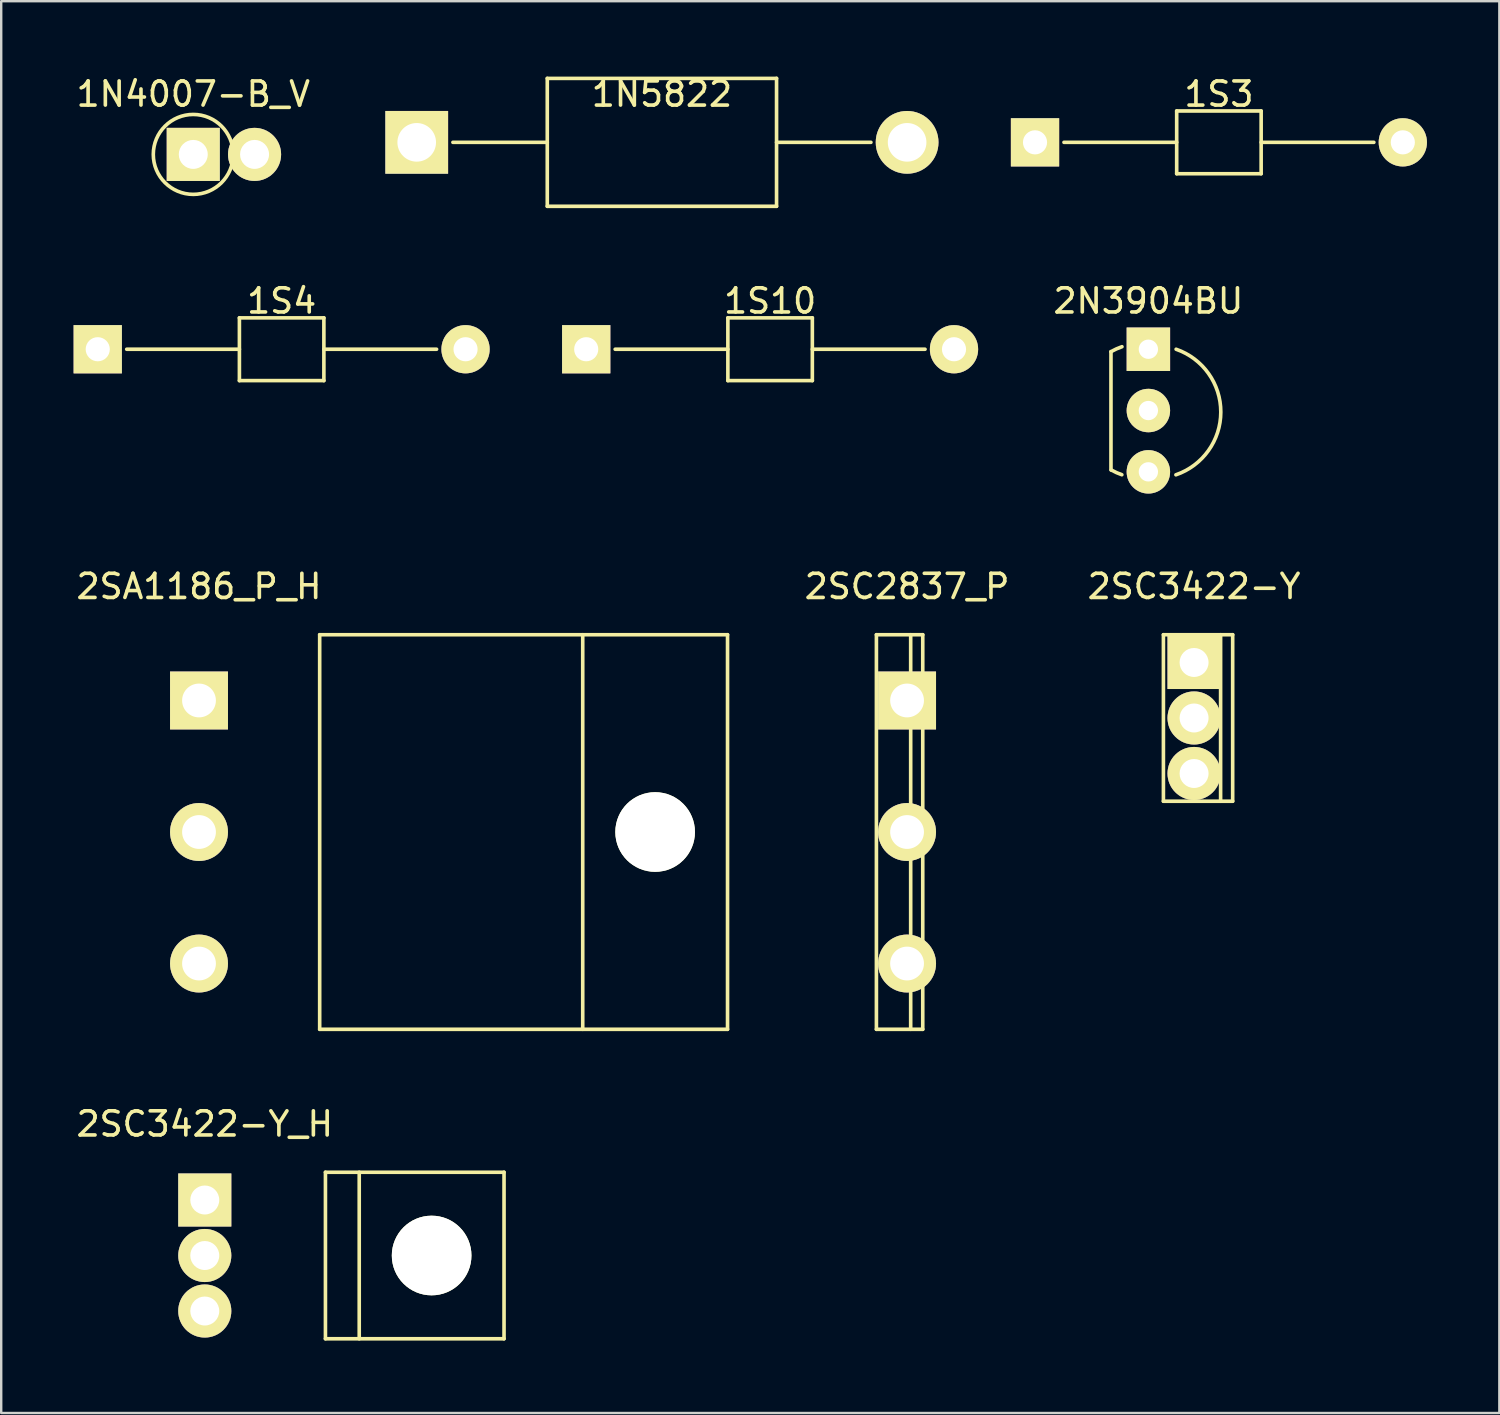
<source format=kicad_pcb>
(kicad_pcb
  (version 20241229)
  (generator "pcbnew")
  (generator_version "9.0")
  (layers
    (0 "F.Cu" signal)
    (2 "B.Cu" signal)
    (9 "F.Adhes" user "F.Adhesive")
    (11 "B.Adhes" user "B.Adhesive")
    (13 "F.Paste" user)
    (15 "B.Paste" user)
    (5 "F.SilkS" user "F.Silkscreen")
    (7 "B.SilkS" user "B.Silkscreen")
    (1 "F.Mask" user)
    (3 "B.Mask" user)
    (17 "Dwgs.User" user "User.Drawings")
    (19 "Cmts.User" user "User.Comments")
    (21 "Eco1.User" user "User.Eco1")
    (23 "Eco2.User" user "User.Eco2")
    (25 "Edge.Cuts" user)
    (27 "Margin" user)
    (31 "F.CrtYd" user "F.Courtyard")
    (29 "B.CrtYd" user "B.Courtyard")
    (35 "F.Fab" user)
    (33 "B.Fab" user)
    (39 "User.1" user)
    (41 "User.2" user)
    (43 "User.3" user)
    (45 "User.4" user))
  (footprint "1N4007-B_V"
    (layer "F.Cu")
    (at 4.958 3.348)
    (property "Reference" "1N4007-B_V" (at 0 -2.5 0) (layer "F.SilkS") (effects (font (size 1 1) (thickness 0.15))))
    (attr through_hole)
    (fp_circle (center 0 0) (end 0 -1.656) (stroke (width 0.15) (type solid)) (fill no) (layer "F.SilkS"))
    (pad "1" thru_hole rect (at 0 0) (size 2.2 2.2) (drill 1.2) (layers "*.Cu" "*.Mask" "F.SilkS"))
    (pad "2" thru_hole circle (at 2.54 0) (size 2.2 2.2) (drill 1.2) (layers "*.Cu" "*.Mask" "F.SilkS")))
  (footprint "2N3904BU"
    (layer "F.Cu")
    (at 44.534 11.421)
    (property "Reference" "2N3904BU" (at 0 -2 0) (layer "F.SilkS") (effects (font (size 1 1) (thickness 0.15))))
    (attr through_hole)
    (fp_line (start -1.55 5) (end -1.55 0.1) (stroke (width 0.15) (type solid)) (layer "F.SilkS"))
    (fp_arc (start -1.55 0.1) (mid -1.326783 -0.012505) (end -1.09461 -0.105127) (stroke (width 0.15) (type solid)) (layer "F.SilkS"))
    (fp_arc (start -1.1 5.2) (mid -1.32318 5.111666) (end -1.537812 5.004217) (stroke (width 0.15) (type solid)) (layer "F.SilkS"))
    (fp_arc (start 1.15 0) (mid 3.00136 2.60449) (end 1.14151 5.202923) (stroke (width 0.15) (type solid)) (layer "F.SilkS"))
    (pad "1" thru_hole rect (at 0 0) (size 1.8 1.8) (drill 0.8) (layers "*.Cu" "*.Mask" "F.SilkS"))
    (pad "2" thru_hole circle (at 0 2.54) (size 1.8 1.8) (drill 0.8) (layers "*.Cu" "*.Mask" "F.SilkS"))
    (pad "3" thru_hole circle (at 0 5.08) (size 1.8 1.8) (drill 0.8) (layers "*.Cu" "*.Mask" "F.SilkS")))
  (footprint "2SC2837_P"
    (layer "F.Cu")
    (at 34.535 25.975)
    (property "Reference" "2SC2837_P" (at 0 -4.725 0) (layer "F.SilkS") (effects (font (size 1 1) (thickness 0.15))))
    (attr through_hole)
    (fp_line (start -1.27 -2.725) (end -1.27 13.625) (stroke (width 0.15) (type solid)) (layer "F.SilkS"))
    (fp_line (start -1.27 -2.725) (end 0.65 -2.725) (stroke (width 0.15) (type solid)) (layer "F.SilkS"))
    (fp_line (start -1.27 13.625) (end 0.65 13.625) (stroke (width 0.15) (type solid)) (layer "F.SilkS"))
    (fp_line (start 0.15 -2.725) (end 0.15 13.625) (stroke (width 0.15) (type solid)) (layer "F.SilkS"))
    (fp_line (start 0.65 -2.725) (end 0.65 13.625) (stroke (width 0.15) (type solid)) (layer "F.SilkS"))
    (pad "1" thru_hole rect (at 0 0) (size 2.4 2.4) (drill 1.4) (layers "*.Cu" "*.Mask" "F.SilkS"))
    (pad "2" thru_hole circle (at 0 5.45) (size 2.4 2.4) (drill 1.4) (layers "*.Cu" "*.Mask" "F.SilkS"))
    (pad "3" thru_hole circle (at 0 10.9) (size 2.4 2.4) (drill 1.4) (layers "*.Cu" "*.Mask" "F.SilkS")))
  (footprint "1S4"
    (layer "F.Cu")
    (at 1 11.421)
    (property "Reference" "1S4" (at 7.62 -2 0) (layer "F.SilkS") (effects (font (size 1 1) (thickness 0.15))))
    (attr through_hole)
    (fp_line (start 1.2 0) (end 5.87 0) (stroke (width 0.15) (type solid)) (layer "F.SilkS"))
    (fp_line (start 5.87 -1.3) (end 5.87 1.3) (stroke (width 0.15) (type solid)) (layer "F.SilkS"))
    (fp_line (start 5.87 -1.3) (end 9.37 -1.3) (stroke (width 0.15) (type solid)) (layer "F.SilkS"))
    (fp_line (start 5.87 1.3) (end 9.37 1.3) (stroke (width 0.15) (type solid)) (layer "F.SilkS"))
    (fp_line (start 9.37 0) (end 14.04 0) (stroke (width 0.15) (type solid)) (layer "F.SilkS"))
    (fp_line (start 9.37 1.3) (end 9.37 -1.3) (stroke (width 0.15) (type solid)) (layer "F.SilkS"))
    (pad "1" thru_hole rect (at 0 0) (size 2 2) (drill 1) (layers "*.Cu" "*.Mask" "F.SilkS"))
    (pad "2" thru_hole circle (at 15.24 0) (size 2 2) (drill 1) (layers "*.Cu" "*.Mask" "F.SilkS")))
  (footprint "2SC3422-Y"
    (layer "F.Cu")
    (at 46.427 24.4)
    (property "Reference" "2SC3422-Y" (at 0 -3.15 0) (layer "F.SilkS") (effects (font (size 1 1) (thickness 0.15))))
    (attr through_hole)
    (fp_line (start -1.27 -1.15) (end -1.27 5.75) (stroke (width 0.15) (type solid)) (layer "F.SilkS"))
    (fp_line (start -1.27 -1.15) (end 1.6 -1.15) (stroke (width 0.15) (type solid)) (layer "F.SilkS"))
    (fp_line (start -1.27 5.75) (end 1.6 5.75) (stroke (width 0.15) (type solid)) (layer "F.SilkS"))
    (fp_line (start 1.1 -1.15) (end 1.1 5.75) (stroke (width 0.15) (type solid)) (layer "F.SilkS"))
    (fp_line (start 1.6 -1.15) (end 1.6 5.75) (stroke (width 0.15) (type solid)) (layer "F.SilkS"))
    (pad "1" thru_hole rect (at 0 0) (size 2.2 2.2) (drill 1.2) (layers "*.Cu" "*.Mask" "F.SilkS"))
    (pad "2" thru_hole circle (at 0 2.3) (size 2.2 2.2) (drill 1.2) (layers "*.Cu" "*.Mask" "F.SilkS"))
    (pad "3" thru_hole circle (at 0 4.6) (size 2.2 2.2) (drill 1.2) (layers "*.Cu" "*.Mask" "F.SilkS")))
  (footprint "1S3"
    (layer "F.Cu")
    (at 39.837 2.848)
    (property "Reference" "1S3" (at 7.62 -2 0) (layer "F.SilkS") (effects (font (size 1 1) (thickness 0.15))))
    (attr through_hole)
    (fp_line (start 1.2 0) (end 5.87 0) (stroke (width 0.15) (type solid)) (layer "F.SilkS"))
    (fp_line (start 5.87 -1.3) (end 5.87 1.3) (stroke (width 0.15) (type solid)) (layer "F.SilkS"))
    (fp_line (start 5.87 -1.3) (end 9.37 -1.3) (stroke (width 0.15) (type solid)) (layer "F.SilkS"))
    (fp_line (start 5.87 1.3) (end 9.37 1.3) (stroke (width 0.15) (type solid)) (layer "F.SilkS"))
    (fp_line (start 9.37 0) (end 14.04 0) (stroke (width 0.15) (type solid)) (layer "F.SilkS"))
    (fp_line (start 9.37 1.3) (end 9.37 -1.3) (stroke (width 0.15) (type solid)) (layer "F.SilkS"))
    (pad "1" thru_hole rect (at 0 0) (size 2 2) (drill 1) (layers "*.Cu" "*.Mask" "F.SilkS"))
    (pad "2" thru_hole circle (at 15.24 0) (size 2 2) (drill 1) (layers "*.Cu" "*.Mask" "F.SilkS")))
  (footprint "2SC3422-Y_H"
    (layer "F.Cu")
    (at 5.435 46.673)
    (property "Reference" "2SC3422-Y_H" (at 0 -3.15 0) (layer "F.SilkS") (effects (font (size 1 1) (thickness 0.15))))
    (attr through_hole)
    (fp_line (start 5 -1.15) (end 5 5.75) (stroke (width 0.15) (type solid)) (layer "F.SilkS"))
    (fp_line (start 5 -1.15) (end 12.4 -1.15) (stroke (width 0.15) (type solid)) (layer "F.SilkS"))
    (fp_line (start 5 5.75) (end 12.4 5.75) (stroke (width 0.15) (type solid)) (layer "F.SilkS"))
    (fp_line (start 6.4 -1.15) (end 6.4 5.75) (stroke (width 0.15) (type solid)) (layer "F.SilkS"))
    (fp_line (start 12.4 -1.15) (end 12.4 5.75) (stroke (width 0.15) (type solid)) (layer "F.SilkS"))
    (pad "" np_thru_hole circle (at 9.4 2.3) (size 3.3 3.3) (drill 3.3) (layers "*.Cu" "*.Mask" "F.SilkS"))
    (pad "1" thru_hole rect (at 0 0) (size 2.2 2.2) (drill 1.2) (layers "*.Cu" "*.Mask" "F.SilkS"))
    (pad "2" thru_hole circle (at 0 2.3) (size 2.2 2.2) (drill 1.2) (layers "*.Cu" "*.Mask" "F.SilkS"))
    (pad "3" thru_hole circle (at 0 4.6) (size 2.2 2.2) (drill 1.2) (layers "*.Cu" "*.Mask" "F.SilkS")))
  (footprint "1N5822"
    (layer "F.Cu")
    (at 14.217 2.848)
    (property "Reference" "1N5822" (at 10.16 -2 0) (layer "F.SilkS") (effects (font (size 1 1) (thickness 0.15))))
    (attr through_hole)
    (fp_line (start 1.5 0) (end 5.41 0) (stroke (width 0.15) (type solid)) (layer "F.SilkS"))
    (fp_line (start 5.41 -2.65) (end 5.41 2.65) (stroke (width 0.15) (type solid)) (layer "F.SilkS"))
    (fp_line (start 5.41 -2.65) (end 14.91 -2.65) (stroke (width 0.15) (type solid)) (layer "F.SilkS"))
    (fp_line (start 5.41 2.65) (end 14.91 2.65) (stroke (width 0.15) (type solid)) (layer "F.SilkS"))
    (fp_line (start 14.91 0) (end 18.82 0) (stroke (width 0.15) (type solid)) (layer "F.SilkS"))
    (fp_line (start 14.91 2.65) (end 14.91 -2.65) (stroke (width 0.15) (type solid)) (layer "F.SilkS"))
    (pad "1" thru_hole rect (at 0 0) (size 2.6 2.6) (drill 1.6) (layers "*.Cu" "*.Mask" "F.SilkS"))
    (pad "2" thru_hole circle (at 20.32 0) (size 2.6 2.6) (drill 1.6) (layers "*.Cu" "*.Mask" "F.SilkS")))
  (footprint "2SA1186_P_H"
    (layer "F.Cu")
    (at 5.196 25.975)
    (property "Reference" "2SA1186_P_H" (at 0 -4.725 0) (layer "F.SilkS") (effects (font (size 1 1) (thickness 0.15))))
    (attr through_hole)
    (fp_line (start 5 -2.725) (end 5 13.625) (stroke (width 0.15) (type solid)) (layer "F.SilkS"))
    (fp_line (start 5 -2.725) (end 21.9 -2.725) (stroke (width 0.15) (type solid)) (layer "F.SilkS"))
    (fp_line (start 5 13.625) (end 21.9 13.625) (stroke (width 0.15) (type solid)) (layer "F.SilkS"))
    (fp_line (start 15.9 -2.725) (end 15.9 13.625) (stroke (width 0.15) (type solid)) (layer "F.SilkS"))
    (fp_line (start 21.9 -2.725) (end 21.9 13.625) (stroke (width 0.15) (type solid)) (layer "F.SilkS"))
    (pad "" np_thru_hole circle (at 18.9 5.45) (size 3.3 3.3) (drill 3.3) (layers "*.Cu" "*.Mask" "F.SilkS"))
    (pad "1" thru_hole rect (at 0 0) (size 2.4 2.4) (drill 1.4) (layers "*.Cu" "*.Mask" "F.SilkS"))
    (pad "2" thru_hole circle (at 0 5.45) (size 2.4 2.4) (drill 1.4) (layers "*.Cu" "*.Mask" "F.SilkS"))
    (pad "3" thru_hole circle (at 0 10.9) (size 2.4 2.4) (drill 1.4) (layers "*.Cu" "*.Mask" "F.SilkS")))
  (footprint "1S10"
    (layer "F.Cu")
    (at 21.24 11.421)
    (property "Reference" "1S10" (at 7.62 -2 0) (layer "F.SilkS") (effects (font (size 1 1) (thickness 0.15))))
    (attr through_hole)
    (fp_line (start 1.2 0) (end 5.87 0) (stroke (width 0.15) (type solid)) (layer "F.SilkS"))
    (fp_line (start 5.87 -1.3) (end 5.87 1.3) (stroke (width 0.15) (type solid)) (layer "F.SilkS"))
    (fp_line (start 5.87 -1.3) (end 9.37 -1.3) (stroke (width 0.15) (type solid)) (layer "F.SilkS"))
    (fp_line (start 5.87 1.3) (end 9.37 1.3) (stroke (width 0.15) (type solid)) (layer "F.SilkS"))
    (fp_line (start 9.37 0) (end 14.04 0) (stroke (width 0.15) (type solid)) (layer "F.SilkS"))
    (fp_line (start 9.37 1.3) (end 9.37 -1.3) (stroke (width 0.15) (type solid)) (layer "F.SilkS"))
    (pad "1" thru_hole rect (at 0 0) (size 2 2) (drill 1) (layers "*.Cu" "*.Mask" "F.SilkS"))
    (pad "2" thru_hole circle (at 15.24 0) (size 2 2) (drill 1) (layers "*.Cu" "*.Mask" "F.SilkS")))
  (gr_rect
    (start -3 -3)
    (end 59.077 55.498)
    (stroke (width 0.1) (type default))
    (fill no)
    (layer "Edge.Cuts")))
</source>
